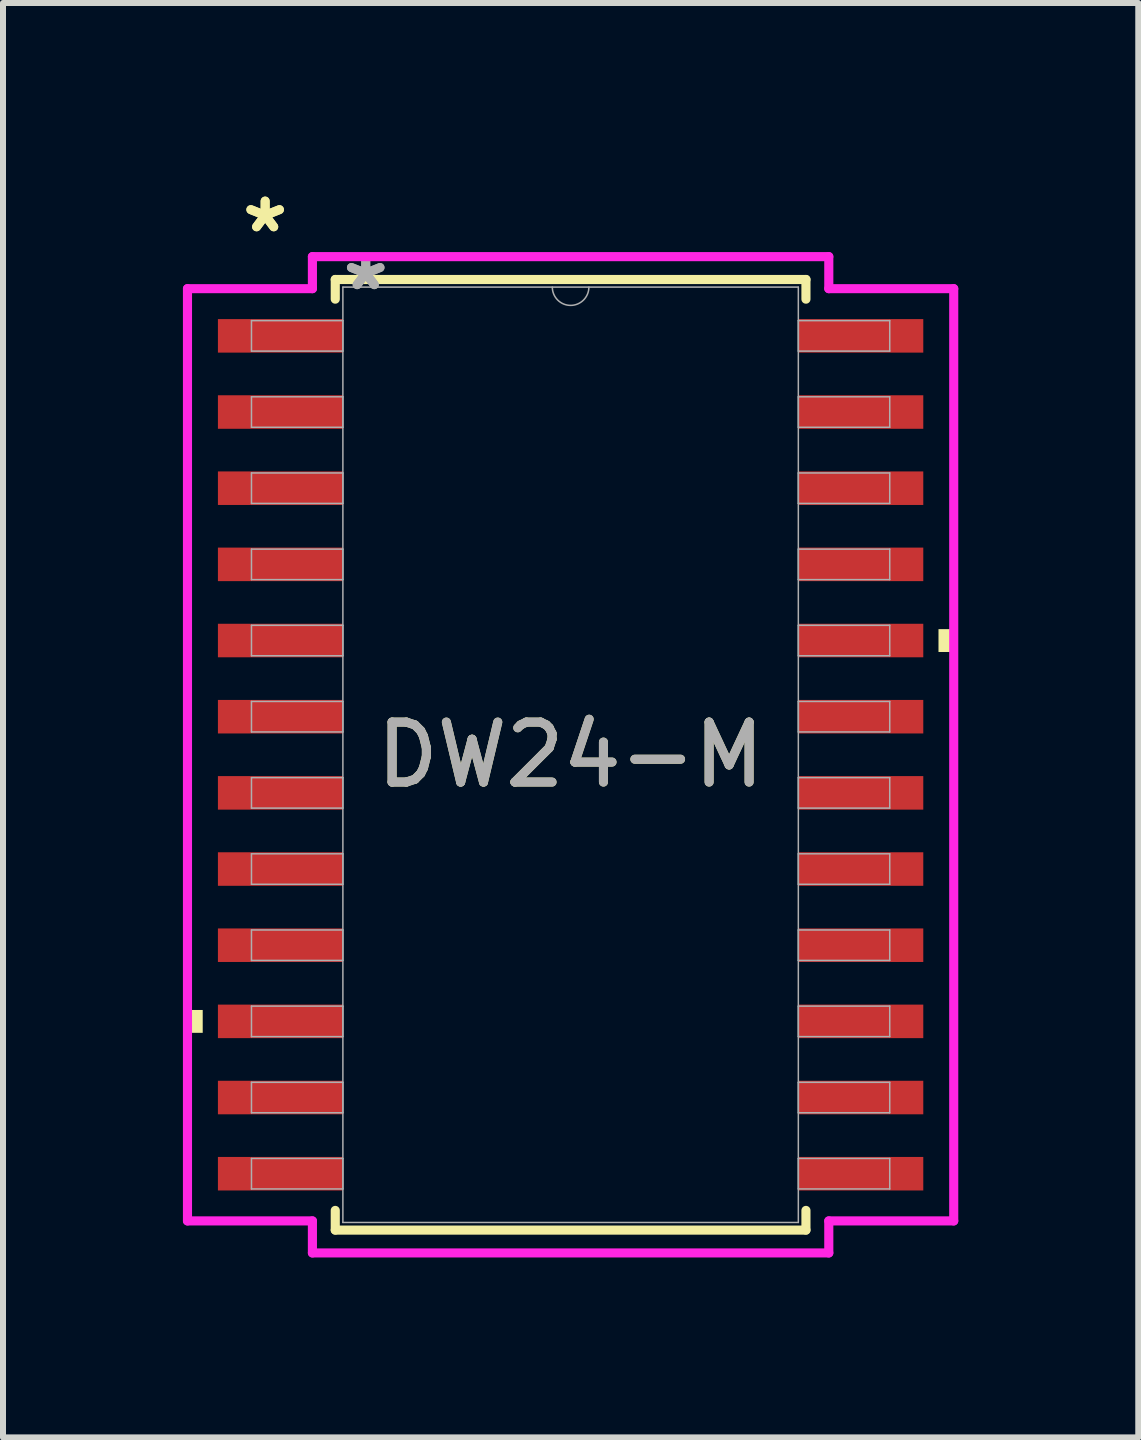
<source format=kicad_pcb>
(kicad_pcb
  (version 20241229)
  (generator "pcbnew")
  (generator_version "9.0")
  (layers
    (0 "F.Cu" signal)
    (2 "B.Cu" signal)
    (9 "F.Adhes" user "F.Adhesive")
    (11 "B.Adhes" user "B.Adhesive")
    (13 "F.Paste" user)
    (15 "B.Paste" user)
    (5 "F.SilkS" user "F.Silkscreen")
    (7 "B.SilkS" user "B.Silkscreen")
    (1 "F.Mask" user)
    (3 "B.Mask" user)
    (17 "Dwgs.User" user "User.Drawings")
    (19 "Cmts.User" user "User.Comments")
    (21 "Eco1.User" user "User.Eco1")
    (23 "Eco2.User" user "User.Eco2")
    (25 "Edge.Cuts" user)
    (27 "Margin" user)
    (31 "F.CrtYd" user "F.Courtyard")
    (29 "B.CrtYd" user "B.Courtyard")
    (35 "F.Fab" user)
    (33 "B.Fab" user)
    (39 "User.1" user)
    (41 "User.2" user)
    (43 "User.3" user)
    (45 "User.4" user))
  (footprint "DW24-M"
    (layer "F.Cu")
    (at 6.464 9.535)
    (property "Reference" "DW24-M" (at 0 0 0) (unlocked yes) (layer "F.SilkS") (effects (font (size 1 1) (thickness 0.15))))
    (attr smd)
    (fp_line (start -3.924 -7.925) (end -3.924 -7.597) (stroke (width 0.152) (type solid)) (layer "F.SilkS"))
    (fp_line (start -3.924 7.597) (end -3.924 7.925) (stroke (width 0.152) (type solid)) (layer "F.SilkS"))
    (fp_line (start -3.924 7.925) (end 3.924 7.925) (stroke (width 0.152) (type solid)) (layer "F.SilkS"))
    (fp_line (start 3.924 -7.925) (end -3.924 -7.925) (stroke (width 0.152) (type solid)) (layer "F.SilkS"))
    (fp_line (start 3.924 -7.597) (end 3.924 -7.925) (stroke (width 0.152) (type solid)) (layer "F.SilkS"))
    (fp_line (start 3.924 7.925) (end 3.924 7.597) (stroke (width 0.152) (type solid)) (layer "F.SilkS"))
    (fp_poly (pts (xy -6.388 4.255) (xy -6.388 4.636) (xy -6.134 4.636) (xy -6.134 4.255)) (stroke (width 0) (type solid)) (fill yes) (layer "F.SilkS"))
    (fp_poly (pts (xy 6.388 -2.095) (xy 6.388 -1.714) (xy 6.134 -1.714) (xy 6.134 -2.095)) (stroke (width 0) (type solid)) (fill yes) (layer "F.SilkS"))
    (fp_line (start -6.388 -7.772) (end -4.305 -7.772) (stroke (width 0.152) (type solid)) (layer "F.CrtYd"))
    (fp_line (start -6.388 7.772) (end -6.388 -7.772) (stroke (width 0.152) (type solid)) (layer "F.CrtYd"))
    (fp_line (start -6.388 7.772) (end -4.305 7.772) (stroke (width 0.152) (type solid)) (layer "F.CrtYd"))
    (fp_line (start -4.305 -8.306) (end 4.305 -8.306) (stroke (width 0.152) (type solid)) (layer "F.CrtYd"))
    (fp_line (start -4.305 -7.772) (end -4.305 -8.306) (stroke (width 0.152) (type solid)) (layer "F.CrtYd"))
    (fp_line (start -4.305 8.306) (end -4.305 7.772) (stroke (width 0.152) (type solid)) (layer "F.CrtYd"))
    (fp_line (start 4.305 -8.306) (end 4.305 -7.772) (stroke (width 0.152) (type solid)) (layer "F.CrtYd"))
    (fp_line (start 4.305 7.772) (end 4.305 8.306) (stroke (width 0.152) (type solid)) (layer "F.CrtYd"))
    (fp_line (start 4.305 8.306) (end -4.305 8.306) (stroke (width 0.152) (type solid)) (layer "F.CrtYd"))
    (fp_line (start 6.388 -7.772) (end 4.305 -7.772) (stroke (width 0.152) (type solid)) (layer "F.CrtYd"))
    (fp_line (start 6.388 -7.772) (end 6.388 7.772) (stroke (width 0.152) (type solid)) (layer "F.CrtYd"))
    (fp_line (start 6.388 7.772) (end 4.305 7.772) (stroke (width 0.152) (type solid)) (layer "F.CrtYd"))
    (fp_line (start -5.321 -7.239) (end -5.321 -6.731) (stroke (width 0.025) (type solid)) (layer "F.Fab"))
    (fp_line (start -5.321 -6.731) (end -3.797 -6.731) (stroke (width 0.025) (type solid)) (layer "F.Fab"))
    (fp_line (start -5.321 -5.969) (end -5.321 -5.461) (stroke (width 0.025) (type solid)) (layer "F.Fab"))
    (fp_line (start -5.321 -5.461) (end -3.797 -5.461) (stroke (width 0.025) (type solid)) (layer "F.Fab"))
    (fp_line (start -5.321 -4.699) (end -5.321 -4.191) (stroke (width 0.025) (type solid)) (layer "F.Fab"))
    (fp_line (start -5.321 -4.191) (end -3.797 -4.191) (stroke (width 0.025) (type solid)) (layer "F.Fab"))
    (fp_line (start -5.321 -3.429) (end -5.321 -2.921) (stroke (width 0.025) (type solid)) (layer "F.Fab"))
    (fp_line (start -5.321 -2.921) (end -3.797 -2.921) (stroke (width 0.025) (type solid)) (layer "F.Fab"))
    (fp_line (start -5.321 -2.159) (end -5.321 -1.651) (stroke (width 0.025) (type solid)) (layer "F.Fab"))
    (fp_line (start -5.321 -1.651) (end -3.797 -1.651) (stroke (width 0.025) (type solid)) (layer "F.Fab"))
    (fp_line (start -5.321 -0.889) (end -5.321 -0.381) (stroke (width 0.025) (type solid)) (layer "F.Fab"))
    (fp_line (start -5.321 -0.381) (end -3.797 -0.381) (stroke (width 0.025) (type solid)) (layer "F.Fab"))
    (fp_line (start -5.321 0.381) (end -5.321 0.889) (stroke (width 0.025) (type solid)) (layer "F.Fab"))
    (fp_line (start -5.321 0.889) (end -3.797 0.889) (stroke (width 0.025) (type solid)) (layer "F.Fab"))
    (fp_line (start -5.321 1.651) (end -5.321 2.159) (stroke (width 0.025) (type solid)) (layer "F.Fab"))
    (fp_line (start -5.321 2.159) (end -3.797 2.159) (stroke (width 0.025) (type solid)) (layer "F.Fab"))
    (fp_line (start -5.321 2.921) (end -5.321 3.429) (stroke (width 0.025) (type solid)) (layer "F.Fab"))
    (fp_line (start -5.321 3.429) (end -3.797 3.429) (stroke (width 0.025) (type solid)) (layer "F.Fab"))
    (fp_line (start -5.321 4.191) (end -5.321 4.699) (stroke (width 0.025) (type solid)) (layer "F.Fab"))
    (fp_line (start -5.321 4.699) (end -3.797 4.699) (stroke (width 0.025) (type solid)) (layer "F.Fab"))
    (fp_line (start -5.321 5.461) (end -5.321 5.969) (stroke (width 0.025) (type solid)) (layer "F.Fab"))
    (fp_line (start -5.321 5.969) (end -3.797 5.969) (stroke (width 0.025) (type solid)) (layer "F.Fab"))
    (fp_line (start -5.321 6.731) (end -5.321 7.239) (stroke (width 0.025) (type solid)) (layer "F.Fab"))
    (fp_line (start -5.321 7.239) (end -3.797 7.239) (stroke (width 0.025) (type solid)) (layer "F.Fab"))
    (fp_line (start -3.797 -7.798) (end -3.797 7.798) (stroke (width 0.025) (type solid)) (layer "F.Fab"))
    (fp_line (start -3.797 -7.239) (end -5.321 -7.239) (stroke (width 0.025) (type solid)) (layer "F.Fab"))
    (fp_line (start -3.797 -6.731) (end -3.797 -7.239) (stroke (width 0.025) (type solid)) (layer "F.Fab"))
    (fp_line (start -3.797 -5.969) (end -5.321 -5.969) (stroke (width 0.025) (type solid)) (layer "F.Fab"))
    (fp_line (start -3.797 -5.461) (end -3.797 -5.969) (stroke (width 0.025) (type solid)) (layer "F.Fab"))
    (fp_line (start -3.797 -4.699) (end -5.321 -4.699) (stroke (width 0.025) (type solid)) (layer "F.Fab"))
    (fp_line (start -3.797 -4.191) (end -3.797 -4.699) (stroke (width 0.025) (type solid)) (layer "F.Fab"))
    (fp_line (start -3.797 -3.429) (end -5.321 -3.429) (stroke (width 0.025) (type solid)) (layer "F.Fab"))
    (fp_line (start -3.797 -2.921) (end -3.797 -3.429) (stroke (width 0.025) (type solid)) (layer "F.Fab"))
    (fp_line (start -3.797 -2.159) (end -5.321 -2.159) (stroke (width 0.025) (type solid)) (layer "F.Fab"))
    (fp_line (start -3.797 -1.651) (end -3.797 -2.159) (stroke (width 0.025) (type solid)) (layer "F.Fab"))
    (fp_line (start -3.797 -0.889) (end -5.321 -0.889) (stroke (width 0.025) (type solid)) (layer "F.Fab"))
    (fp_line (start -3.797 -0.381) (end -3.797 -0.889) (stroke (width 0.025) (type solid)) (layer "F.Fab"))
    (fp_line (start -3.797 0.381) (end -5.321 0.381) (stroke (width 0.025) (type solid)) (layer "F.Fab"))
    (fp_line (start -3.797 0.889) (end -3.797 0.381) (stroke (width 0.025) (type solid)) (layer "F.Fab"))
    (fp_line (start -3.797 1.651) (end -5.321 1.651) (stroke (width 0.025) (type solid)) (layer "F.Fab"))
    (fp_line (start -3.797 2.159) (end -3.797 1.651) (stroke (width 0.025) (type solid)) (layer "F.Fab"))
    (fp_line (start -3.797 2.921) (end -5.321 2.921) (stroke (width 0.025) (type solid)) (layer "F.Fab"))
    (fp_line (start -3.797 3.429) (end -3.797 2.921) (stroke (width 0.025) (type solid)) (layer "F.Fab"))
    (fp_line (start -3.797 4.191) (end -5.321 4.191) (stroke (width 0.025) (type solid)) (layer "F.Fab"))
    (fp_line (start -3.797 4.699) (end -3.797 4.191) (stroke (width 0.025) (type solid)) (layer "F.Fab"))
    (fp_line (start -3.797 5.461) (end -5.321 5.461) (stroke (width 0.025) (type solid)) (layer "F.Fab"))
    (fp_line (start -3.797 5.969) (end -3.797 5.461) (stroke (width 0.025) (type solid)) (layer "F.Fab"))
    (fp_line (start -3.797 6.731) (end -5.321 6.731) (stroke (width 0.025) (type solid)) (layer "F.Fab"))
    (fp_line (start -3.797 7.239) (end -3.797 6.731) (stroke (width 0.025) (type solid)) (layer "F.Fab"))
    (fp_line (start -3.797 7.798) (end 3.797 7.798) (stroke (width 0.025) (type solid)) (layer "F.Fab"))
    (fp_line (start 3.797 -7.798) (end -3.797 -7.798) (stroke (width 0.025) (type solid)) (layer "F.Fab"))
    (fp_line (start 3.797 -7.239) (end 3.797 -6.731) (stroke (width 0.025) (type solid)) (layer "F.Fab"))
    (fp_line (start 3.797 -6.731) (end 5.321 -6.731) (stroke (width 0.025) (type solid)) (layer "F.Fab"))
    (fp_line (start 3.797 -5.969) (end 3.797 -5.461) (stroke (width 0.025) (type solid)) (layer "F.Fab"))
    (fp_line (start 3.797 -5.461) (end 5.321 -5.461) (stroke (width 0.025) (type solid)) (layer "F.Fab"))
    (fp_line (start 3.797 -4.699) (end 3.797 -4.191) (stroke (width 0.025) (type solid)) (layer "F.Fab"))
    (fp_line (start 3.797 -4.191) (end 5.321 -4.191) (stroke (width 0.025) (type solid)) (layer "F.Fab"))
    (fp_line (start 3.797 -3.429) (end 3.797 -2.921) (stroke (width 0.025) (type solid)) (layer "F.Fab"))
    (fp_line (start 3.797 -2.921) (end 5.321 -2.921) (stroke (width 0.025) (type solid)) (layer "F.Fab"))
    (fp_line (start 3.797 -2.159) (end 3.797 -1.651) (stroke (width 0.025) (type solid)) (layer "F.Fab"))
    (fp_line (start 3.797 -1.651) (end 5.321 -1.651) (stroke (width 0.025) (type solid)) (layer "F.Fab"))
    (fp_line (start 3.797 -0.889) (end 3.797 -0.381) (stroke (width 0.025) (type solid)) (layer "F.Fab"))
    (fp_line (start 3.797 -0.381) (end 5.321 -0.381) (stroke (width 0.025) (type solid)) (layer "F.Fab"))
    (fp_line (start 3.797 0.381) (end 3.797 0.889) (stroke (width 0.025) (type solid)) (layer "F.Fab"))
    (fp_line (start 3.797 0.889) (end 5.321 0.889) (stroke (width 0.025) (type solid)) (layer "F.Fab"))
    (fp_line (start 3.797 1.651) (end 3.797 2.159) (stroke (width 0.025) (type solid)) (layer "F.Fab"))
    (fp_line (start 3.797 2.159) (end 5.321 2.159) (stroke (width 0.025) (type solid)) (layer "F.Fab"))
    (fp_line (start 3.797 2.921) (end 3.797 3.429) (stroke (width 0.025) (type solid)) (layer "F.Fab"))
    (fp_line (start 3.797 3.429) (end 5.321 3.429) (stroke (width 0.025) (type solid)) (layer "F.Fab"))
    (fp_line (start 3.797 4.191) (end 3.797 4.699) (stroke (width 0.025) (type solid)) (layer "F.Fab"))
    (fp_line (start 3.797 4.699) (end 5.321 4.699) (stroke (width 0.025) (type solid)) (layer "F.Fab"))
    (fp_line (start 3.797 5.461) (end 3.797 5.969) (stroke (width 0.025) (type solid)) (layer "F.Fab"))
    (fp_line (start 3.797 5.969) (end 5.321 5.969) (stroke (width 0.025) (type solid)) (layer "F.Fab"))
    (fp_line (start 3.797 6.731) (end 3.797 7.239) (stroke (width 0.025) (type solid)) (layer "F.Fab"))
    (fp_line (start 3.797 7.239) (end 5.321 7.239) (stroke (width 0.025) (type solid)) (layer "F.Fab"))
    (fp_line (start 3.797 7.798) (end 3.797 -7.798) (stroke (width 0.025) (type solid)) (layer "F.Fab"))
    (fp_line (start 5.321 -7.239) (end 3.797 -7.239) (stroke (width 0.025) (type solid)) (layer "F.Fab"))
    (fp_line (start 5.321 -6.731) (end 5.321 -7.239) (stroke (width 0.025) (type solid)) (layer "F.Fab"))
    (fp_line (start 5.321 -5.969) (end 3.797 -5.969) (stroke (width 0.025) (type solid)) (layer "F.Fab"))
    (fp_line (start 5.321 -5.461) (end 5.321 -5.969) (stroke (width 0.025) (type solid)) (layer "F.Fab"))
    (fp_line (start 5.321 -4.699) (end 3.797 -4.699) (stroke (width 0.025) (type solid)) (layer "F.Fab"))
    (fp_line (start 5.321 -4.191) (end 5.321 -4.699) (stroke (width 0.025) (type solid)) (layer "F.Fab"))
    (fp_line (start 5.321 -3.429) (end 3.797 -3.429) (stroke (width 0.025) (type solid)) (layer "F.Fab"))
    (fp_line (start 5.321 -2.921) (end 5.321 -3.429) (stroke (width 0.025) (type solid)) (layer "F.Fab"))
    (fp_line (start 5.321 -2.159) (end 3.797 -2.159) (stroke (width 0.025) (type solid)) (layer "F.Fab"))
    (fp_line (start 5.321 -1.651) (end 5.321 -2.159) (stroke (width 0.025) (type solid)) (layer "F.Fab"))
    (fp_line (start 5.321 -0.889) (end 3.797 -0.889) (stroke (width 0.025) (type solid)) (layer "F.Fab"))
    (fp_line (start 5.321 -0.381) (end 5.321 -0.889) (stroke (width 0.025) (type solid)) (layer "F.Fab"))
    (fp_line (start 5.321 0.381) (end 3.797 0.381) (stroke (width 0.025) (type solid)) (layer "F.Fab"))
    (fp_line (start 5.321 0.889) (end 5.321 0.381) (stroke (width 0.025) (type solid)) (layer "F.Fab"))
    (fp_line (start 5.321 1.651) (end 3.797 1.651) (stroke (width 0.025) (type solid)) (layer "F.Fab"))
    (fp_line (start 5.321 2.159) (end 5.321 1.651) (stroke (width 0.025) (type solid)) (layer "F.Fab"))
    (fp_line (start 5.321 2.921) (end 3.797 2.921) (stroke (width 0.025) (type solid)) (layer "F.Fab"))
    (fp_line (start 5.321 3.429) (end 5.321 2.921) (stroke (width 0.025) (type solid)) (layer "F.Fab"))
    (fp_line (start 5.321 4.191) (end 3.797 4.191) (stroke (width 0.025) (type solid)) (layer "F.Fab"))
    (fp_line (start 5.321 4.699) (end 5.321 4.191) (stroke (width 0.025) (type solid)) (layer "F.Fab"))
    (fp_line (start 5.321 5.461) (end 3.797 5.461) (stroke (width 0.025) (type solid)) (layer "F.Fab"))
    (fp_line (start 5.321 5.969) (end 5.321 5.461) (stroke (width 0.025) (type solid)) (layer "F.Fab"))
    (fp_line (start 5.321 6.731) (end 3.797 6.731) (stroke (width 0.025) (type solid)) (layer "F.Fab"))
    (fp_line (start 5.321 7.239) (end 5.321 6.731) (stroke (width 0.025) (type solid)) (layer "F.Fab"))
    (fp_arc (start 0.3048 -7.7978) (mid 0 -7.493) (end -0.3048 -7.7978) (stroke (width 0.0254) (type solid)) (layer "F.Fab"))
    (fp_text user "*" (at -5.093 -8.687 0) (unlocked yes) (layer "F.SilkS") (effects (font (size 1 1) (thickness 0.15))))
    (fp_text user "*" (at -5.093 -8.687 0) (layer "F.SilkS") (effects (font (size 1 1) (thickness 0.15))))
    (fp_text user "${REFERENCE}" (at 0 0 0) (unlocked yes) (layer "F.Fab") (effects (font (size 1 1) (thickness 0.15))))
    (fp_text user "*" (at -3.416 -7.722 0) (unlocked yes) (layer "F.Fab") (effects (font (size 1 1) (thickness 0.15))))
    (fp_text user "*" (at -3.416 -7.722 0) (layer "F.Fab") (effects (font (size 1 1) (thickness 0.15))))
    (pad "1" smd rect (at -4.839 -6.985) (size 2.083 0.559) (layers "F.Cu" "F.Mask" "F.Paste"))
    (pad "2" smd rect (at -4.839 -5.715) (size 2.083 0.559) (layers "F.Cu" "F.Mask" "F.Paste"))
    (pad "3" smd rect (at -4.839 -4.445) (size 2.083 0.559) (layers "F.Cu" "F.Mask" "F.Paste"))
    (pad "4" smd rect (at -4.839 -3.175) (size 2.083 0.559) (layers "F.Cu" "F.Mask" "F.Paste"))
    (pad "5" smd rect (at -4.839 -1.905) (size 2.083 0.559) (layers "F.Cu" "F.Mask" "F.Paste"))
    (pad "6" smd rect (at -4.839 -0.635) (size 2.083 0.559) (layers "F.Cu" "F.Mask" "F.Paste"))
    (pad "7" smd rect (at -4.839 0.635) (size 2.083 0.559) (layers "F.Cu" "F.Mask" "F.Paste"))
    (pad "8" smd rect (at -4.839 1.905) (size 2.083 0.559) (layers "F.Cu" "F.Mask" "F.Paste"))
    (pad "9" smd rect (at -4.839 3.175) (size 2.083 0.559) (layers "F.Cu" "F.Mask" "F.Paste"))
    (pad "10" smd rect (at -4.839 4.445) (size 2.083 0.559) (layers "F.Cu" "F.Mask" "F.Paste"))
    (pad "11" smd rect (at -4.839 5.715) (size 2.083 0.559) (layers "F.Cu" "F.Mask" "F.Paste"))
    (pad "12" smd rect (at -4.839 6.985) (size 2.083 0.559) (layers "F.Cu" "F.Mask" "F.Paste"))
    (pad "13" smd rect (at 4.839 6.985) (size 2.083 0.559) (layers "F.Cu" "F.Mask" "F.Paste"))
    (pad "14" smd rect (at 4.839 5.715) (size 2.083 0.559) (layers "F.Cu" "F.Mask" "F.Paste"))
    (pad "15" smd rect (at 4.839 4.445) (size 2.083 0.559) (layers "F.Cu" "F.Mask" "F.Paste"))
    (pad "16" smd rect (at 4.839 3.175) (size 2.083 0.559) (layers "F.Cu" "F.Mask" "F.Paste"))
    (pad "17" smd rect (at 4.839 1.905) (size 2.083 0.559) (layers "F.Cu" "F.Mask" "F.Paste"))
    (pad "18" smd rect (at 4.839 0.635) (size 2.083 0.559) (layers "F.Cu" "F.Mask" "F.Paste"))
    (pad "19" smd rect (at 4.839 -0.635) (size 2.083 0.559) (layers "F.Cu" "F.Mask" "F.Paste"))
    (pad "20" smd rect (at 4.839 -1.905) (size 2.083 0.559) (layers "F.Cu" "F.Mask" "F.Paste"))
    (pad "21" smd rect (at 4.839 -3.175) (size 2.083 0.559) (layers "F.Cu" "F.Mask" "F.Paste"))
    (pad "22" smd rect (at 4.839 -4.445) (size 2.083 0.559) (layers "F.Cu" "F.Mask" "F.Paste"))
    (pad "23" smd rect (at 4.839 -5.715) (size 2.083 0.559) (layers "F.Cu" "F.Mask" "F.Paste"))
    (pad "24" smd rect (at 4.839 -6.985) (size 2.083 0.559) (layers "F.Cu" "F.Mask" "F.Paste")))
  (gr_rect
    (start -3 -3)
    (end 15.929 20.917)
    (stroke (width 0.1) (type default))
    (fill no)
    (layer "Edge.Cuts")))
</source>
